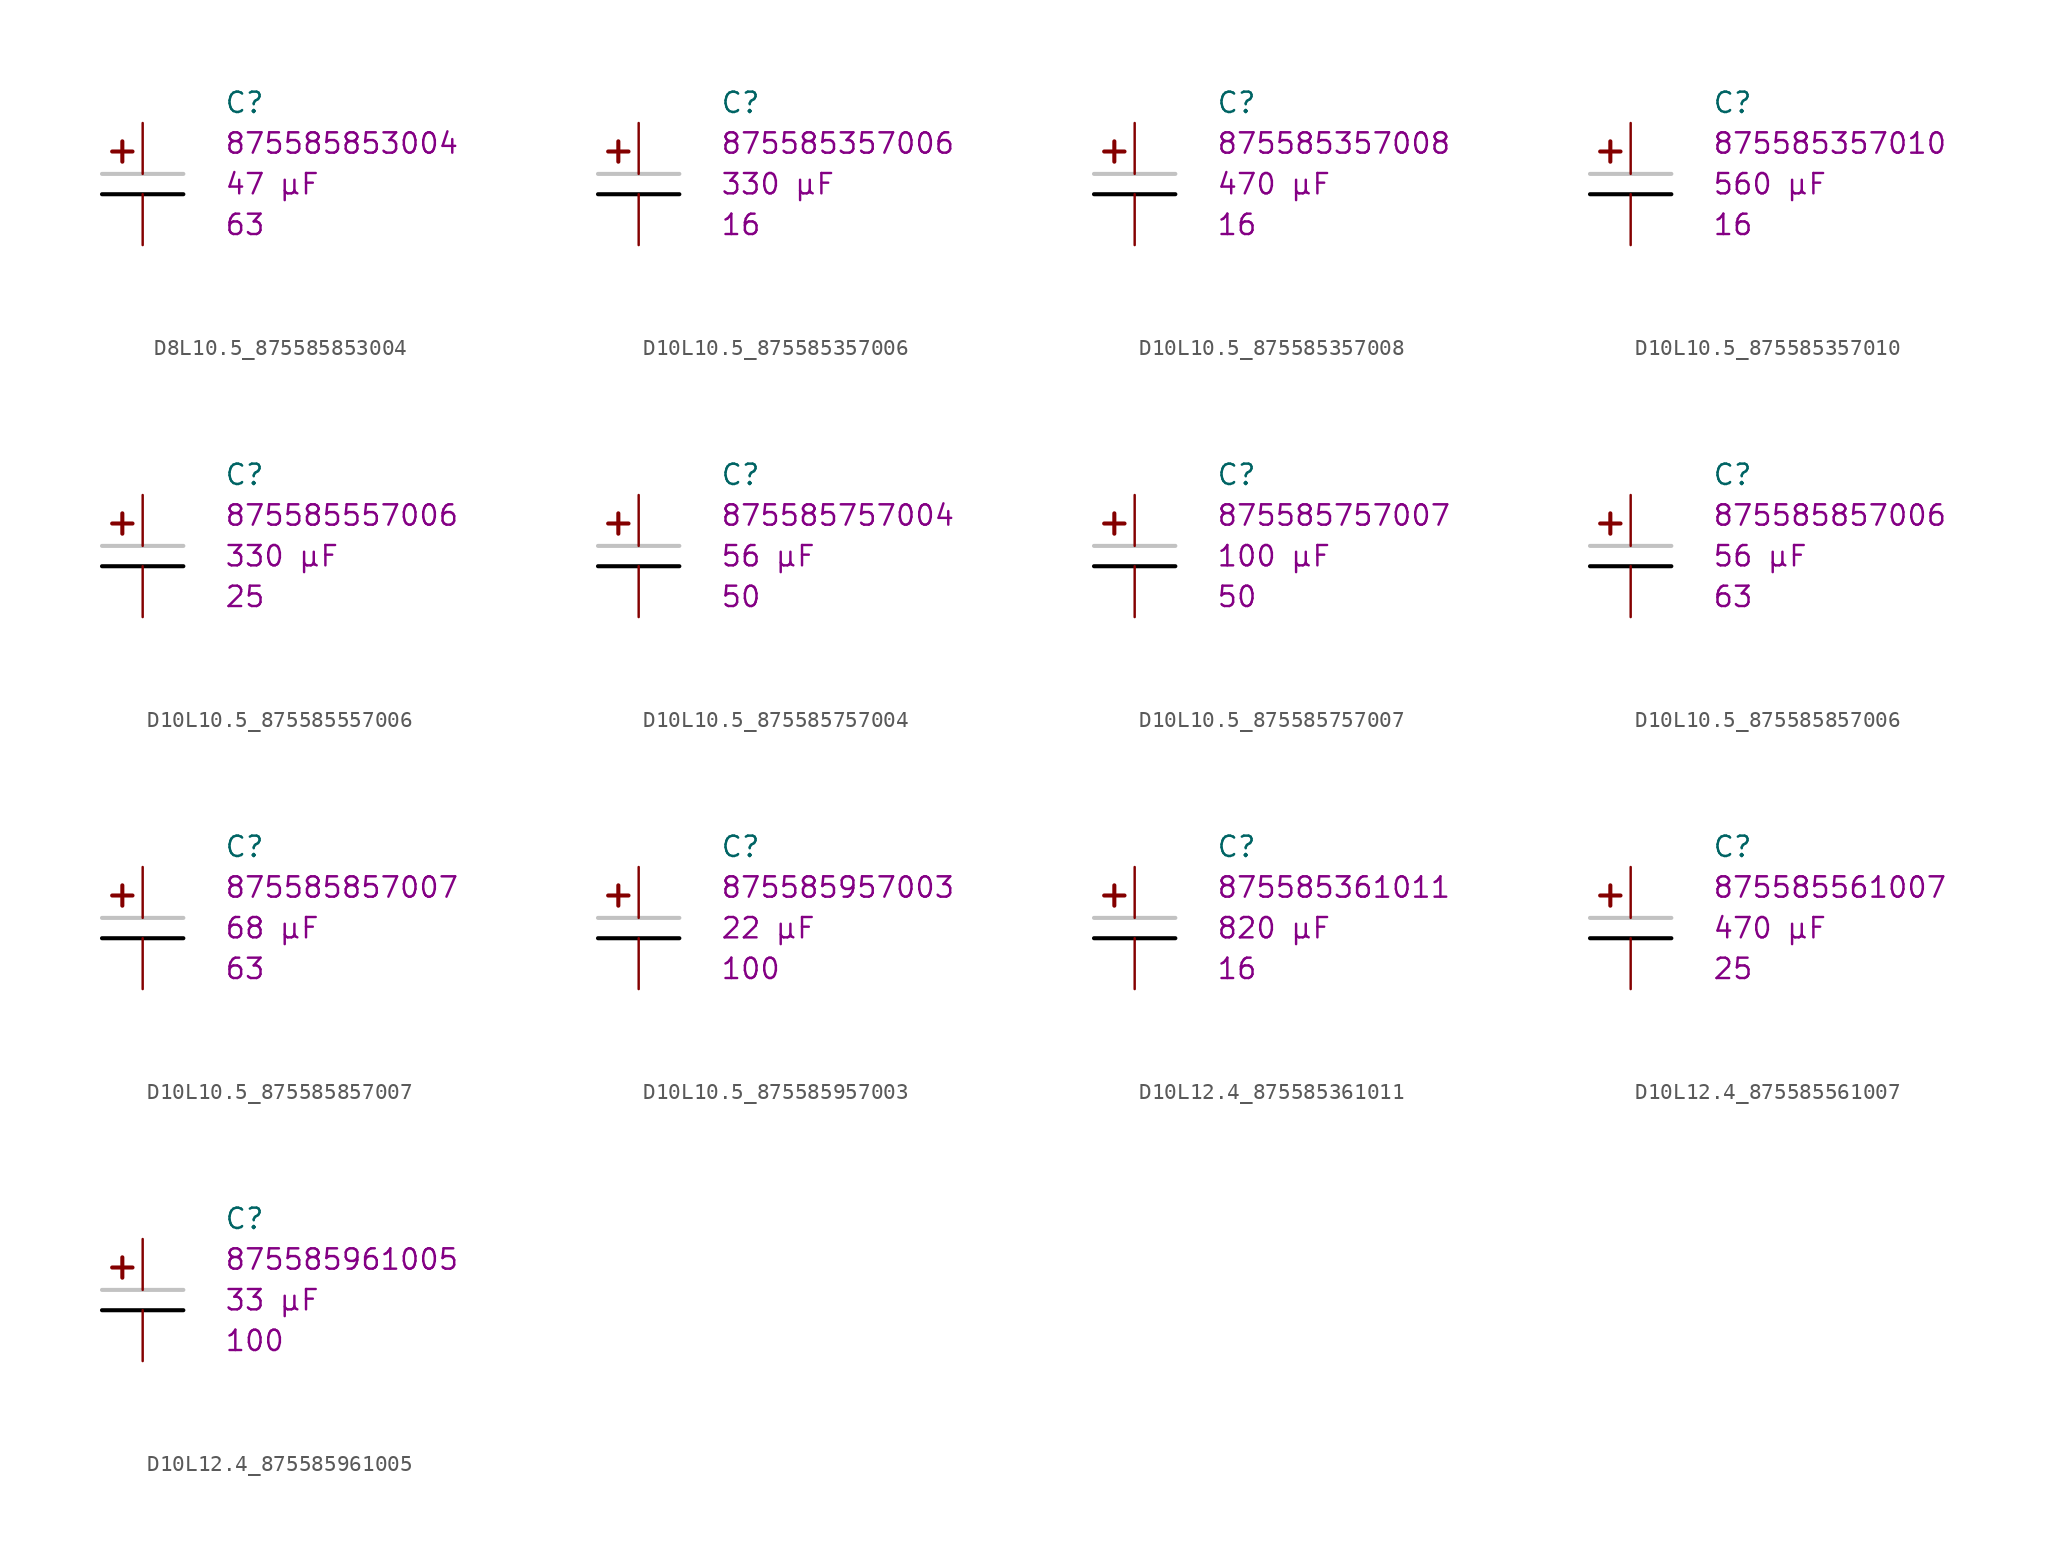
<source format=kicad_sym>
(kicad_symbol_lib
  (version 20220914)
  (generator kicad_symbol_editor)
  (symbol "D8L10.5_875585853004"
    (pin_numbers hide)
    (pin_names hide)
    (property "Reference" "C"
      (at 5.08 5.08 0)
      (effects (font (size 1.27 1.27)) (justify left)))
    (property "Part Number" "875585853004"
      (at 5.08 2.54 0)
      (effects (font (size 1.27 1.27)) (justify left)))
    (property "Capacitance" "47 µF"
      (at 5.08 0 0)
      (effects (font (size 1.27 1.27)) (justify left)))
    (property "Voltage" "63"
      (at 5.08 -2.54 0)
      (effects (font (size 1.27 1.27)) (justify left)))
    (property "Critical Parameter" ""
      (at 0 -7.62 0)
      (effects (font (size 1.27 1.27))))
    (symbol "D8L10.5_875585853004_1_1"
      (polyline (pts (xy -1.27 2.667) (xy -1.27 1.397)) (stroke (width 0.254) (type default)) (fill (type none)))
      (polyline (pts (xy -0.635 2.032) (xy -1.905 2.032)) (stroke (width 0.254) (type default)) (fill (type none)))
      (polyline (pts (xy 2.54 -0.635) (xy -2.54 -0.635)) (stroke (width 0.254) (type default) (color 0 0 0 1)) (fill (type none)))
      (polyline (pts (xy 2.54 0.635) (xy -2.54 0.635)) (stroke (width 0.254) (type default) (color 194 194 194 1)) (fill (type none)))
      (pin passive line (at 0 3.81 270) (length 3.175) (name "1" (effects (font (size 1.27 1.27)))) (number "1" (effects (font (size 1.27 1.27)))))
      (pin passive line (at 0 -3.81 90) (length 3.175) (name "2" (effects (font (size 1.27 1.27)))) (number "2" (effects (font (size 1.27 1.27)))))))
  (symbol "D10L10.5_875585357006"
    (pin_numbers hide)
    (pin_names hide)
    (property "Reference" "C"
      (at 5.08 5.08 0)
      (effects (font (size 1.27 1.27)) (justify left)))
    (property "Part Number" "875585357006"
      (at 5.08 2.54 0)
      (effects (font (size 1.27 1.27)) (justify left)))
    (property "Capacitance" "330 µF"
      (at 5.08 0 0)
      (effects (font (size 1.27 1.27)) (justify left)))
    (property "Voltage" "16"
      (at 5.08 -2.54 0)
      (effects (font (size 1.27 1.27)) (justify left)))
    (property "Critical Parameter" ""
      (at 0 -7.62 0)
      (effects (font (size 1.27 1.27))))
    (symbol "D10L10.5_875585357006_1_1"
      (polyline (pts (xy -1.27 2.667) (xy -1.27 1.397)) (stroke (width 0.254) (type default)) (fill (type none)))
      (polyline (pts (xy -0.635 2.032) (xy -1.905 2.032)) (stroke (width 0.254) (type default)) (fill (type none)))
      (polyline (pts (xy 2.54 -0.635) (xy -2.54 -0.635)) (stroke (width 0.254) (type default) (color 0 0 0 1)) (fill (type none)))
      (polyline (pts (xy 2.54 0.635) (xy -2.54 0.635)) (stroke (width 0.254) (type default) (color 194 194 194 1)) (fill (type none)))
      (pin passive line (at 0 3.81 270) (length 3.175) (name "1" (effects (font (size 1.27 1.27)))) (number "1" (effects (font (size 1.27 1.27)))))
      (pin passive line (at 0 -3.81 90) (length 3.175) (name "2" (effects (font (size 1.27 1.27)))) (number "2" (effects (font (size 1.27 1.27)))))))
  (symbol "D10L10.5_875585357008"
    (pin_numbers hide)
    (pin_names hide)
    (property "Reference" "C"
      (at 5.08 5.08 0)
      (effects (font (size 1.27 1.27)) (justify left)))
    (property "Part Number" "875585357008"
      (at 5.08 2.54 0)
      (effects (font (size 1.27 1.27)) (justify left)))
    (property "Capacitance" "470 µF"
      (at 5.08 0 0)
      (effects (font (size 1.27 1.27)) (justify left)))
    (property "Voltage" "16"
      (at 5.08 -2.54 0)
      (effects (font (size 1.27 1.27)) (justify left)))
    (property "Critical Parameter" ""
      (at 0 -7.62 0)
      (effects (font (size 1.27 1.27))))
    (symbol "D10L10.5_875585357008_1_1"
      (polyline (pts (xy -1.27 2.667) (xy -1.27 1.397)) (stroke (width 0.254) (type default)) (fill (type none)))
      (polyline (pts (xy -0.635 2.032) (xy -1.905 2.032)) (stroke (width 0.254) (type default)) (fill (type none)))
      (polyline (pts (xy 2.54 -0.635) (xy -2.54 -0.635)) (stroke (width 0.254) (type default) (color 0 0 0 1)) (fill (type none)))
      (polyline (pts (xy 2.54 0.635) (xy -2.54 0.635)) (stroke (width 0.254) (type default) (color 194 194 194 1)) (fill (type none)))
      (pin passive line (at 0 3.81 270) (length 3.175) (name "1" (effects (font (size 1.27 1.27)))) (number "1" (effects (font (size 1.27 1.27)))))
      (pin passive line (at 0 -3.81 90) (length 3.175) (name "2" (effects (font (size 1.27 1.27)))) (number "2" (effects (font (size 1.27 1.27)))))))
  (symbol "D10L10.5_875585357010"
    (pin_numbers hide)
    (pin_names hide)
    (property "Reference" "C"
      (at 5.08 5.08 0)
      (effects (font (size 1.27 1.27)) (justify left)))
    (property "Part Number" "875585357010"
      (at 5.08 2.54 0)
      (effects (font (size 1.27 1.27)) (justify left)))
    (property "Capacitance" "560 µF"
      (at 5.08 0 0)
      (effects (font (size 1.27 1.27)) (justify left)))
    (property "Voltage" "16"
      (at 5.08 -2.54 0)
      (effects (font (size 1.27 1.27)) (justify left)))
    (property "Critical Parameter" ""
      (at 0 -7.62 0)
      (effects (font (size 1.27 1.27))))
    (symbol "D10L10.5_875585357010_1_1"
      (polyline (pts (xy -1.27 2.667) (xy -1.27 1.397)) (stroke (width 0.254) (type default)) (fill (type none)))
      (polyline (pts (xy -0.635 2.032) (xy -1.905 2.032)) (stroke (width 0.254) (type default)) (fill (type none)))
      (polyline (pts (xy 2.54 -0.635) (xy -2.54 -0.635)) (stroke (width 0.254) (type default) (color 0 0 0 1)) (fill (type none)))
      (polyline (pts (xy 2.54 0.635) (xy -2.54 0.635)) (stroke (width 0.254) (type default) (color 194 194 194 1)) (fill (type none)))
      (pin passive line (at 0 3.81 270) (length 3.175) (name "1" (effects (font (size 1.27 1.27)))) (number "1" (effects (font (size 1.27 1.27)))))
      (pin passive line (at 0 -3.81 90) (length 3.175) (name "2" (effects (font (size 1.27 1.27)))) (number "2" (effects (font (size 1.27 1.27)))))))
  (symbol "D10L10.5_875585557006"
    (pin_numbers hide)
    (pin_names hide)
    (property "Reference" "C"
      (at 5.08 5.08 0)
      (effects (font (size 1.27 1.27)) (justify left)))
    (property "Part Number" "875585557006"
      (at 5.08 2.54 0)
      (effects (font (size 1.27 1.27)) (justify left)))
    (property "Capacitance" "330 µF"
      (at 5.08 0 0)
      (effects (font (size 1.27 1.27)) (justify left)))
    (property "Voltage" "25"
      (at 5.08 -2.54 0)
      (effects (font (size 1.27 1.27)) (justify left)))
    (property "Critical Parameter" ""
      (at 0 -7.62 0)
      (effects (font (size 1.27 1.27))))
    (symbol "D10L10.5_875585557006_1_1"
      (polyline (pts (xy -1.27 2.667) (xy -1.27 1.397)) (stroke (width 0.254) (type default)) (fill (type none)))
      (polyline (pts (xy -0.635 2.032) (xy -1.905 2.032)) (stroke (width 0.254) (type default)) (fill (type none)))
      (polyline (pts (xy 2.54 -0.635) (xy -2.54 -0.635)) (stroke (width 0.254) (type default) (color 0 0 0 1)) (fill (type none)))
      (polyline (pts (xy 2.54 0.635) (xy -2.54 0.635)) (stroke (width 0.254) (type default) (color 194 194 194 1)) (fill (type none)))
      (pin passive line (at 0 3.81 270) (length 3.175) (name "1" (effects (font (size 1.27 1.27)))) (number "1" (effects (font (size 1.27 1.27)))))
      (pin passive line (at 0 -3.81 90) (length 3.175) (name "2" (effects (font (size 1.27 1.27)))) (number "2" (effects (font (size 1.27 1.27)))))))
  (symbol "D10L10.5_875585757004"
    (pin_numbers hide)
    (pin_names hide)
    (property "Reference" "C"
      (at 5.08 5.08 0)
      (effects (font (size 1.27 1.27)) (justify left)))
    (property "Part Number" "875585757004"
      (at 5.08 2.54 0)
      (effects (font (size 1.27 1.27)) (justify left)))
    (property "Capacitance" "56 µF"
      (at 5.08 0 0)
      (effects (font (size 1.27 1.27)) (justify left)))
    (property "Voltage" "50"
      (at 5.08 -2.54 0)
      (effects (font (size 1.27 1.27)) (justify left)))
    (property "Critical Parameter" ""
      (at 0 -7.62 0)
      (effects (font (size 1.27 1.27))))
    (symbol "D10L10.5_875585757004_1_1"
      (polyline (pts (xy -1.27 2.667) (xy -1.27 1.397)) (stroke (width 0.254) (type default)) (fill (type none)))
      (polyline (pts (xy -0.635 2.032) (xy -1.905 2.032)) (stroke (width 0.254) (type default)) (fill (type none)))
      (polyline (pts (xy 2.54 -0.635) (xy -2.54 -0.635)) (stroke (width 0.254) (type default) (color 0 0 0 1)) (fill (type none)))
      (polyline (pts (xy 2.54 0.635) (xy -2.54 0.635)) (stroke (width 0.254) (type default) (color 194 194 194 1)) (fill (type none)))
      (pin passive line (at 0 3.81 270) (length 3.175) (name "1" (effects (font (size 1.27 1.27)))) (number "1" (effects (font (size 1.27 1.27)))))
      (pin passive line (at 0 -3.81 90) (length 3.175) (name "2" (effects (font (size 1.27 1.27)))) (number "2" (effects (font (size 1.27 1.27)))))))
  (symbol "D10L10.5_875585757007"
    (pin_numbers hide)
    (pin_names hide)
    (property "Reference" "C"
      (at 5.08 5.08 0)
      (effects (font (size 1.27 1.27)) (justify left)))
    (property "Part Number" "875585757007"
      (at 5.08 2.54 0)
      (effects (font (size 1.27 1.27)) (justify left)))
    (property "Capacitance" "100 µF"
      (at 5.08 0 0)
      (effects (font (size 1.27 1.27)) (justify left)))
    (property "Voltage" "50"
      (at 5.08 -2.54 0)
      (effects (font (size 1.27 1.27)) (justify left)))
    (property "Critical Parameter" ""
      (at 0 -7.62 0)
      (effects (font (size 1.27 1.27))))
    (symbol "D10L10.5_875585757007_1_1"
      (polyline (pts (xy -1.27 2.667) (xy -1.27 1.397)) (stroke (width 0.254) (type default)) (fill (type none)))
      (polyline (pts (xy -0.635 2.032) (xy -1.905 2.032)) (stroke (width 0.254) (type default)) (fill (type none)))
      (polyline (pts (xy 2.54 -0.635) (xy -2.54 -0.635)) (stroke (width 0.254) (type default) (color 0 0 0 1)) (fill (type none)))
      (polyline (pts (xy 2.54 0.635) (xy -2.54 0.635)) (stroke (width 0.254) (type default) (color 194 194 194 1)) (fill (type none)))
      (pin passive line (at 0 3.81 270) (length 3.175) (name "1" (effects (font (size 1.27 1.27)))) (number "1" (effects (font (size 1.27 1.27)))))
      (pin passive line (at 0 -3.81 90) (length 3.175) (name "2" (effects (font (size 1.27 1.27)))) (number "2" (effects (font (size 1.27 1.27)))))))
  (symbol "D10L10.5_875585857006"
    (pin_numbers hide)
    (pin_names hide)
    (property "Reference" "C"
      (at 5.08 5.08 0)
      (effects (font (size 1.27 1.27)) (justify left)))
    (property "Part Number" "875585857006"
      (at 5.08 2.54 0)
      (effects (font (size 1.27 1.27)) (justify left)))
    (property "Capacitance" "56 µF"
      (at 5.08 0 0)
      (effects (font (size 1.27 1.27)) (justify left)))
    (property "Voltage" "63"
      (at 5.08 -2.54 0)
      (effects (font (size 1.27 1.27)) (justify left)))
    (property "Critical Parameter" ""
      (at 0 -7.62 0)
      (effects (font (size 1.27 1.27))))
    (symbol "D10L10.5_875585857006_1_1"
      (polyline (pts (xy -1.27 2.667) (xy -1.27 1.397)) (stroke (width 0.254) (type default)) (fill (type none)))
      (polyline (pts (xy -0.635 2.032) (xy -1.905 2.032)) (stroke (width 0.254) (type default)) (fill (type none)))
      (polyline (pts (xy 2.54 -0.635) (xy -2.54 -0.635)) (stroke (width 0.254) (type default) (color 0 0 0 1)) (fill (type none)))
      (polyline (pts (xy 2.54 0.635) (xy -2.54 0.635)) (stroke (width 0.254) (type default) (color 194 194 194 1)) (fill (type none)))
      (pin passive line (at 0 3.81 270) (length 3.175) (name "1" (effects (font (size 1.27 1.27)))) (number "1" (effects (font (size 1.27 1.27)))))
      (pin passive line (at 0 -3.81 90) (length 3.175) (name "2" (effects (font (size 1.27 1.27)))) (number "2" (effects (font (size 1.27 1.27)))))))
  (symbol "D10L10.5_875585857007"
    (pin_numbers hide)
    (pin_names hide)
    (property "Reference" "C"
      (at 5.08 5.08 0)
      (effects (font (size 1.27 1.27)) (justify left)))
    (property "Part Number" "875585857007"
      (at 5.08 2.54 0)
      (effects (font (size 1.27 1.27)) (justify left)))
    (property "Capacitance" "68 µF"
      (at 5.08 0 0)
      (effects (font (size 1.27 1.27)) (justify left)))
    (property "Voltage" "63"
      (at 5.08 -2.54 0)
      (effects (font (size 1.27 1.27)) (justify left)))
    (property "Critical Parameter" ""
      (at 0 -7.62 0)
      (effects (font (size 1.27 1.27))))
    (symbol "D10L10.5_875585857007_1_1"
      (polyline (pts (xy -1.27 2.667) (xy -1.27 1.397)) (stroke (width 0.254) (type default)) (fill (type none)))
      (polyline (pts (xy -0.635 2.032) (xy -1.905 2.032)) (stroke (width 0.254) (type default)) (fill (type none)))
      (polyline (pts (xy 2.54 -0.635) (xy -2.54 -0.635)) (stroke (width 0.254) (type default) (color 0 0 0 1)) (fill (type none)))
      (polyline (pts (xy 2.54 0.635) (xy -2.54 0.635)) (stroke (width 0.254) (type default) (color 194 194 194 1)) (fill (type none)))
      (pin passive line (at 0 3.81 270) (length 3.175) (name "1" (effects (font (size 1.27 1.27)))) (number "1" (effects (font (size 1.27 1.27)))))
      (pin passive line (at 0 -3.81 90) (length 3.175) (name "2" (effects (font (size 1.27 1.27)))) (number "2" (effects (font (size 1.27 1.27)))))))
  (symbol "D10L10.5_875585957003"
    (pin_numbers hide)
    (pin_names hide)
    (property "Reference" "C"
      (at 5.08 5.08 0)
      (effects (font (size 1.27 1.27)) (justify left)))
    (property "Part Number" "875585957003"
      (at 5.08 2.54 0)
      (effects (font (size 1.27 1.27)) (justify left)))
    (property "Capacitance" "22 µF"
      (at 5.08 0 0)
      (effects (font (size 1.27 1.27)) (justify left)))
    (property "Voltage" "100"
      (at 5.08 -2.54 0)
      (effects (font (size 1.27 1.27)) (justify left)))
    (property "Critical Parameter" ""
      (at 0 -7.62 0)
      (effects (font (size 1.27 1.27))))
    (symbol "D10L10.5_875585957003_1_1"
      (polyline (pts (xy -1.27 2.667) (xy -1.27 1.397)) (stroke (width 0.254) (type default)) (fill (type none)))
      (polyline (pts (xy -0.635 2.032) (xy -1.905 2.032)) (stroke (width 0.254) (type default)) (fill (type none)))
      (polyline (pts (xy 2.54 -0.635) (xy -2.54 -0.635)) (stroke (width 0.254) (type default) (color 0 0 0 1)) (fill (type none)))
      (polyline (pts (xy 2.54 0.635) (xy -2.54 0.635)) (stroke (width 0.254) (type default) (color 194 194 194 1)) (fill (type none)))
      (pin passive line (at 0 3.81 270) (length 3.175) (name "1" (effects (font (size 1.27 1.27)))) (number "1" (effects (font (size 1.27 1.27)))))
      (pin passive line (at 0 -3.81 90) (length 3.175) (name "2" (effects (font (size 1.27 1.27)))) (number "2" (effects (font (size 1.27 1.27)))))))
  (symbol "D10L12.4_875585361011"
    (pin_numbers hide)
    (pin_names hide)
    (property "Reference" "C"
      (at 5.08 5.08 0)
      (effects (font (size 1.27 1.27)) (justify left)))
    (property "Part Number" "875585361011"
      (at 5.08 2.54 0)
      (effects (font (size 1.27 1.27)) (justify left)))
    (property "Capacitance" "820 µF"
      (at 5.08 0 0)
      (effects (font (size 1.27 1.27)) (justify left)))
    (property "Voltage" "16"
      (at 5.08 -2.54 0)
      (effects (font (size 1.27 1.27)) (justify left)))
    (property "Critical Parameter" ""
      (at 0 -7.62 0)
      (effects (font (size 1.27 1.27))))
    (symbol "D10L12.4_875585361011_1_1"
      (polyline (pts (xy -1.27 2.667) (xy -1.27 1.397)) (stroke (width 0.254) (type default)) (fill (type none)))
      (polyline (pts (xy -0.635 2.032) (xy -1.905 2.032)) (stroke (width 0.254) (type default)) (fill (type none)))
      (polyline (pts (xy 2.54 -0.635) (xy -2.54 -0.635)) (stroke (width 0.254) (type default) (color 0 0 0 1)) (fill (type none)))
      (polyline (pts (xy 2.54 0.635) (xy -2.54 0.635)) (stroke (width 0.254) (type default) (color 194 194 194 1)) (fill (type none)))
      (pin passive line (at 0 3.81 270) (length 3.175) (name "1" (effects (font (size 1.27 1.27)))) (number "1" (effects (font (size 1.27 1.27)))))
      (pin passive line (at 0 -3.81 90) (length 3.175) (name "2" (effects (font (size 1.27 1.27)))) (number "2" (effects (font (size 1.27 1.27)))))))
  (symbol "D10L12.4_875585561007"
    (pin_numbers hide)
    (pin_names hide)
    (property "Reference" "C"
      (at 5.08 5.08 0)
      (effects (font (size 1.27 1.27)) (justify left)))
    (property "Part Number" "875585561007"
      (at 5.08 2.54 0)
      (effects (font (size 1.27 1.27)) (justify left)))
    (property "Capacitance" "470 µF"
      (at 5.08 0 0)
      (effects (font (size 1.27 1.27)) (justify left)))
    (property "Voltage" "25"
      (at 5.08 -2.54 0)
      (effects (font (size 1.27 1.27)) (justify left)))
    (property "Critical Parameter" ""
      (at 0 -7.62 0)
      (effects (font (size 1.27 1.27))))
    (symbol "D10L12.4_875585561007_1_1"
      (polyline (pts (xy -1.27 2.667) (xy -1.27 1.397)) (stroke (width 0.254) (type default)) (fill (type none)))
      (polyline (pts (xy -0.635 2.032) (xy -1.905 2.032)) (stroke (width 0.254) (type default)) (fill (type none)))
      (polyline (pts (xy 2.54 -0.635) (xy -2.54 -0.635)) (stroke (width 0.254) (type default) (color 0 0 0 1)) (fill (type none)))
      (polyline (pts (xy 2.54 0.635) (xy -2.54 0.635)) (stroke (width 0.254) (type default) (color 194 194 194 1)) (fill (type none)))
      (pin passive line (at 0 3.81 270) (length 3.175) (name "1" (effects (font (size 1.27 1.27)))) (number "1" (effects (font (size 1.27 1.27)))))
      (pin passive line (at 0 -3.81 90) (length 3.175) (name "2" (effects (font (size 1.27 1.27)))) (number "2" (effects (font (size 1.27 1.27)))))))
  (symbol "D10L12.4_875585961005"
    (pin_numbers hide)
    (pin_names hide)
    (property "Reference" "C"
      (at 5.08 5.08 0)
      (effects (font (size 1.27 1.27)) (justify left)))
    (property "Part Number" "875585961005"
      (at 5.08 2.54 0)
      (effects (font (size 1.27 1.27)) (justify left)))
    (property "Capacitance" "33 µF"
      (at 5.08 0 0)
      (effects (font (size 1.27 1.27)) (justify left)))
    (property "Voltage" "100"
      (at 5.08 -2.54 0)
      (effects (font (size 1.27 1.27)) (justify left)))
    (property "Critical Parameter" ""
      (at 0 -7.62 0)
      (effects (font (size 1.27 1.27))))
    (symbol "D10L12.4_875585961005_1_1"
      (polyline (pts (xy -1.27 2.667) (xy -1.27 1.397)) (stroke (width 0.254) (type default)) (fill (type none)))
      (polyline (pts (xy -0.635 2.032) (xy -1.905 2.032)) (stroke (width 0.254) (type default)) (fill (type none)))
      (polyline (pts (xy 2.54 -0.635) (xy -2.54 -0.635)) (stroke (width 0.254) (type default) (color 0 0 0 1)) (fill (type none)))
      (polyline (pts (xy 2.54 0.635) (xy -2.54 0.635)) (stroke (width 0.254) (type default) (color 194 194 194 1)) (fill (type none)))
      (pin passive line (at 0 3.81 270) (length 3.175) (name "1" (effects (font (size 1.27 1.27)))) (number "1" (effects (font (size 1.27 1.27)))))
      (pin passive line (at 0 -3.81 90) (length 3.175) (name "2" (effects (font (size 1.27 1.27)))) (number "2" (effects (font (size 1.27 1.27))))))))
</source>
